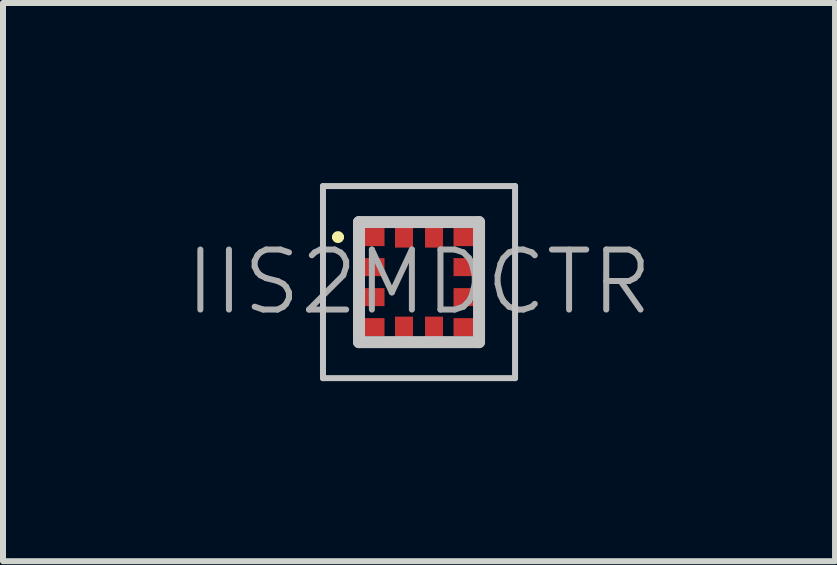
<source format=kicad_pcb>
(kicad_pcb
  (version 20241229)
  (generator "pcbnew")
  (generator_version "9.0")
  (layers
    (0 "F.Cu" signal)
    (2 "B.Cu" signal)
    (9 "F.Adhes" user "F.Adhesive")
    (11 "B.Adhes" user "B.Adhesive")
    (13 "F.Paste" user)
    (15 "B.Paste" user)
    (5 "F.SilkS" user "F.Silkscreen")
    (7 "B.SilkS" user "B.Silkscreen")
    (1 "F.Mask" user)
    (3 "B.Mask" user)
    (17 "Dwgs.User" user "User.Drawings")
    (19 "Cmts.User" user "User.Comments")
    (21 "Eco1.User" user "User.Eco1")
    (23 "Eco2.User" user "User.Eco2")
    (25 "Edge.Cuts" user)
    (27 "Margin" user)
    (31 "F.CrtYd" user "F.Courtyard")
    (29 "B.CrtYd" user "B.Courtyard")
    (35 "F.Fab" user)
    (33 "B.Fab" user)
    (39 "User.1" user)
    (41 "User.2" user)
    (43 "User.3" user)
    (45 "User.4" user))
  (footprint "IIS2MDCTR"
    (layer "F.Cu")
    (at 3.931 1.65)
    (property "Reference" "IIS2MDCTR" (at 0 0 0) (layer "F.Fab") (effects (font (size 1 1) (thickness 0.1))))
    (attr smd)
    (fp_line (start -1.4 -0.75) (end -1.4 -0.75) (stroke (width 0.1) (type solid)) (layer "F.SilkS"))
    (fp_line (start -1.3 -0.75) (end -1.3 -0.75) (stroke (width 0.1) (type solid)) (layer "F.SilkS"))
    (fp_arc (start -1.4 -0.75) (mid -1.35 -0.8) (end -1.3 -0.75) (stroke (width 0.1) (type solid)) (layer "F.SilkS"))
    (fp_arc (start -1.3 -0.75) (mid -1.35 -0.7) (end -1.4 -0.75) (stroke (width 0.1) (type solid)) (layer "F.SilkS"))
    (fp_line (start -1.6 -1.6) (end 1.6 -1.6) (stroke (width 0.1) (type solid)) (layer "Dwgs.User"))
    (fp_line (start -1.6 1.6) (end -1.6 -1.6) (stroke (width 0.1) (type solid)) (layer "Dwgs.User"))
    (fp_line (start -1 -1) (end 1 -1) (stroke (width 0.2) (type solid)) (layer "Dwgs.User"))
    (fp_line (start -1 1) (end -1 -1) (stroke (width 0.2) (type solid)) (layer "Dwgs.User"))
    (fp_line (start 1 -1) (end 1 1) (stroke (width 0.2) (type solid)) (layer "Dwgs.User"))
    (fp_line (start 1 1) (end -1 1) (stroke (width 0.2) (type solid)) (layer "Dwgs.User"))
    (fp_line (start 1.6 -1.6) (end 1.6 1.6) (stroke (width 0.1) (type solid)) (layer "Dwgs.User"))
    (fp_line (start 1.6 1.6) (end -1.6 1.6) (stroke (width 0.1) (type solid)) (layer "Dwgs.User"))
    (pad "1" smd rect (at -0.75 -0.75 90) (size 0.3 0.35) (layers "F.Cu" "F.Mask" "F.Paste"))
    (pad "2" smd rect (at -0.75 -0.25 90) (size 0.3 0.35) (layers "F.Cu" "F.Mask" "F.Paste"))
    (pad "3" smd rect (at -0.75 0.25 90) (size 0.3 0.35) (layers "F.Cu" "F.Mask" "F.Paste"))
    (pad "4" smd rect (at -0.75 0.75 90) (size 0.3 0.35) (layers "F.Cu" "F.Mask" "F.Paste"))
    (pad "5" smd rect (at -0.25 0.75) (size 0.3 0.35) (layers "F.Cu" "F.Mask" "F.Paste"))
    (pad "6" smd rect (at 0.25 0.75) (size 0.3 0.35) (layers "F.Cu" "F.Mask" "F.Paste"))
    (pad "7" smd rect (at 0.75 0.75 90) (size 0.3 0.35) (layers "F.Cu" "F.Mask" "F.Paste"))
    (pad "8" smd rect (at 0.75 0.25 90) (size 0.3 0.35) (layers "F.Cu" "F.Mask" "F.Paste"))
    (pad "9" smd rect (at 0.75 -0.25 90) (size 0.3 0.35) (layers "F.Cu" "F.Mask" "F.Paste"))
    (pad "10" smd rect (at 0.75 -0.75 90) (size 0.3 0.35) (layers "F.Cu" "F.Mask" "F.Paste"))
    (pad "11" smd rect (at 0.25 -0.75) (size 0.3 0.35) (layers "F.Cu" "F.Mask" "F.Paste"))
    (pad "12" smd rect (at -0.25 -0.75) (size 0.3 0.35) (layers "F.Cu" "F.Mask" "F.Paste")))
  (gr_rect
    (start -3 -3)
    (end 10.862 6.3)
    (stroke (width 0.1) (type default))
    (fill no)
    (layer "Edge.Cuts")))
</source>
